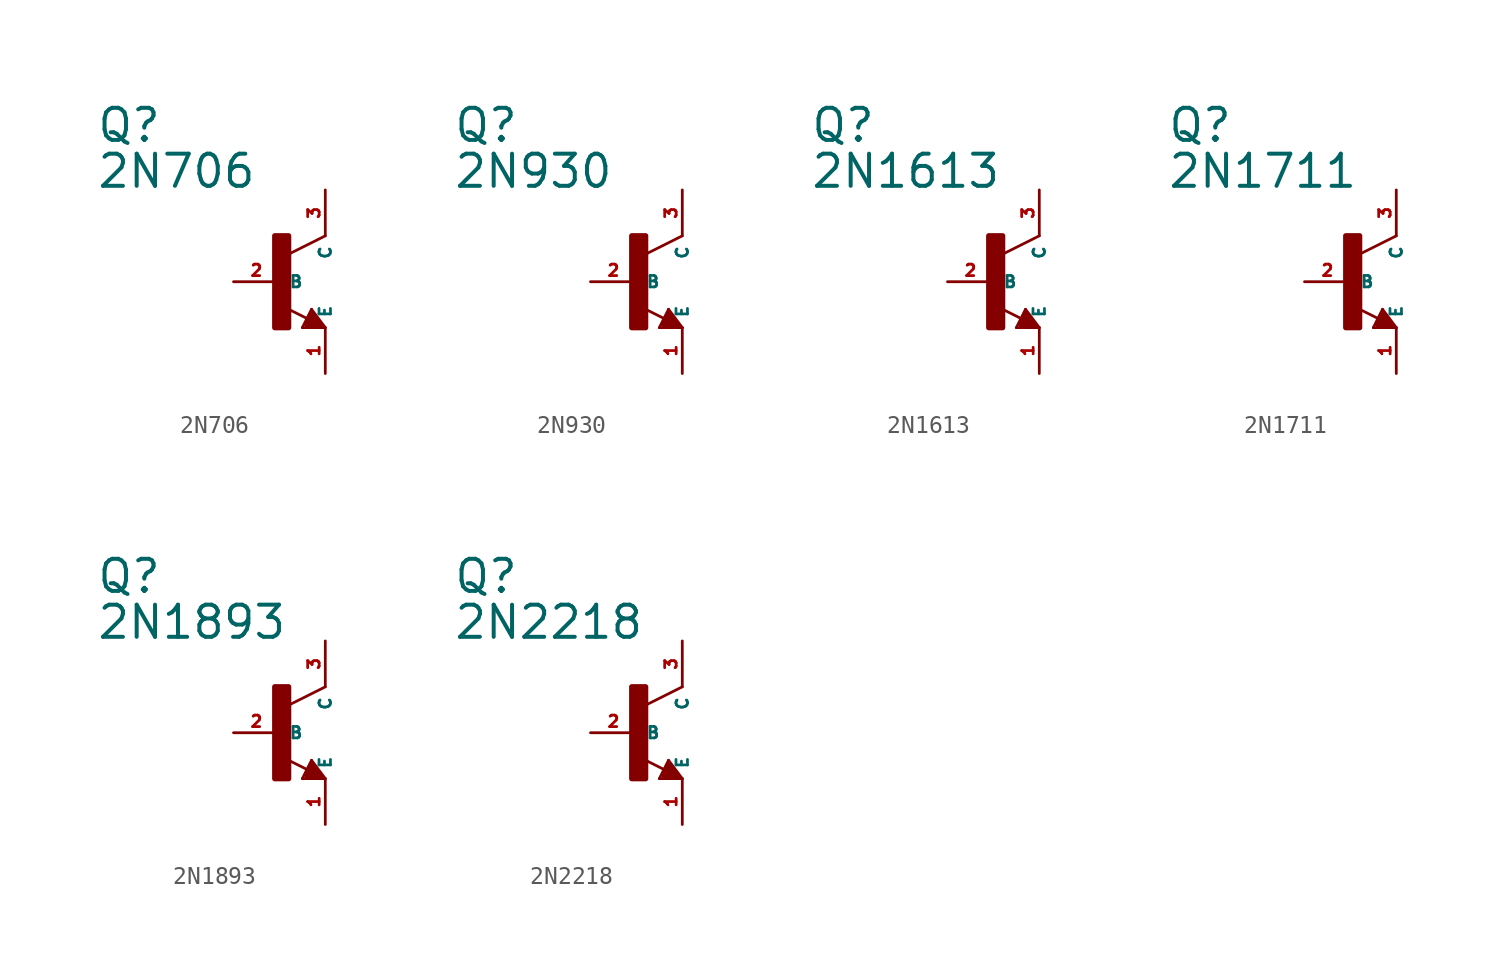
<source format=kicad_sym>
(kicad_symbol_lib
  (version 20220914)
  (generator Eagle2Kicad)
  (symbol "2N706"
    (property "Reference" "Q"
      (at -10.16 7.62 0)
      (effects (font (size 1.778 1.778) (thickness 0.22)) (justify left bottom)))
    (property "Value" "2N706"
      (at -10.16 5.08 0)
      (effects (font (size 1.778 1.778) (thickness 0.22)) (justify left bottom)))
    (polyline
      (pts (xy 2.54 2.54) (xy 0.508 1.524))
      (stroke (width 0.152) (type default))
      (fill (type none)))
    (polyline
      (pts (xy 1.778 -1.524) (xy 2.54 -2.54))
      (stroke (width 0.152) (type default))
      (fill (type none)))
    (polyline
      (pts (xy 2.54 -2.54) (xy 1.27 -2.54))
      (stroke (width 0.152) (type default))
      (fill (type none)))
    (polyline
      (pts (xy 1.27 -2.54) (xy 1.778 -1.524))
      (stroke (width 0.152) (type default))
      (fill (type none)))
    (polyline
      (pts (xy 1.54 -2.04) (xy 0.308 -1.424))
      (stroke (width 0.152) (type default))
      (fill (type none)))
    (polyline
      (pts (xy 1.524 -2.413) (xy 2.286 -2.413))
      (stroke (width 0.254) (type default))
      (fill (type none)))
    (polyline
      (pts (xy 2.286 -2.413) (xy 1.778 -1.778))
      (stroke (width 0.254) (type default))
      (fill (type none)))
    (polyline
      (pts (xy 1.778 -1.778) (xy 1.524 -2.286))
      (stroke (width 0.254) (type default))
      (fill (type none)))
    (polyline
      (pts (xy 1.524 -2.286) (xy 1.905 -2.286))
      (stroke (width 0.254) (type default))
      (fill (type none)))
    (polyline
      (pts (xy 1.905 -2.286) (xy 1.778 -2.032))
      (stroke (width 0.254) (type default))
      (fill (type none)))
    (rectangle
      (start -0.254 -2.54)
      (end 0.508 2.54)
      (stroke (width 0.3) (type default))
      (fill (type outline)))
    (pin passive line
      (at -2.54 0 0)
      (length 2.54)
      (name "B" (effects (font (size 0.635 0.635) (thickness 0.08)) (justify left bottom)))
      (number "2" (effects (font (size 0.635 0.635) (thickness 0.08)) (justify left bottom))))
    (pin passive line
      (at 2.54 -5.08 90)
      (length 2.54)
      (name "E" (effects (font (size 0.635 0.635) (thickness 0.08)) (justify left bottom)))
      (number "1" (effects (font (size 0.635 0.635) (thickness 0.08)) (justify left bottom))))
    (pin passive line
      (at 2.54 5.08 270)
      (length 2.54)
      (name "C" (effects (font (size 0.635 0.635) (thickness 0.08)) (justify left bottom)))
      (number "3" (effects (font (size 0.635 0.635) (thickness 0.08)) (justify left bottom)))))
  (symbol "2N930"
    (property "Reference" "Q"
      (at -10.16 7.62 0)
      (effects (font (size 1.778 1.778) (thickness 0.22)) (justify left bottom)))
    (property "Value" "2N930"
      (at -10.16 5.08 0)
      (effects (font (size 1.778 1.778) (thickness 0.22)) (justify left bottom)))
    (polyline
      (pts (xy 2.54 2.54) (xy 0.508 1.524))
      (stroke (width 0.152) (type default))
      (fill (type none)))
    (polyline
      (pts (xy 1.778 -1.524) (xy 2.54 -2.54))
      (stroke (width 0.152) (type default))
      (fill (type none)))
    (polyline
      (pts (xy 2.54 -2.54) (xy 1.27 -2.54))
      (stroke (width 0.152) (type default))
      (fill (type none)))
    (polyline
      (pts (xy 1.27 -2.54) (xy 1.778 -1.524))
      (stroke (width 0.152) (type default))
      (fill (type none)))
    (polyline
      (pts (xy 1.54 -2.04) (xy 0.308 -1.424))
      (stroke (width 0.152) (type default))
      (fill (type none)))
    (polyline
      (pts (xy 1.524 -2.413) (xy 2.286 -2.413))
      (stroke (width 0.254) (type default))
      (fill (type none)))
    (polyline
      (pts (xy 2.286 -2.413) (xy 1.778 -1.778))
      (stroke (width 0.254) (type default))
      (fill (type none)))
    (polyline
      (pts (xy 1.778 -1.778) (xy 1.524 -2.286))
      (stroke (width 0.254) (type default))
      (fill (type none)))
    (polyline
      (pts (xy 1.524 -2.286) (xy 1.905 -2.286))
      (stroke (width 0.254) (type default))
      (fill (type none)))
    (polyline
      (pts (xy 1.905 -2.286) (xy 1.778 -2.032))
      (stroke (width 0.254) (type default))
      (fill (type none)))
    (rectangle
      (start -0.254 -2.54)
      (end 0.508 2.54)
      (stroke (width 0.3) (type default))
      (fill (type outline)))
    (pin passive line
      (at -2.54 0 0)
      (length 2.54)
      (name "B" (effects (font (size 0.635 0.635) (thickness 0.08)) (justify left bottom)))
      (number "2" (effects (font (size 0.635 0.635) (thickness 0.08)) (justify left bottom))))
    (pin passive line
      (at 2.54 -5.08 90)
      (length 2.54)
      (name "E" (effects (font (size 0.635 0.635) (thickness 0.08)) (justify left bottom)))
      (number "1" (effects (font (size 0.635 0.635) (thickness 0.08)) (justify left bottom))))
    (pin passive line
      (at 2.54 5.08 270)
      (length 2.54)
      (name "C" (effects (font (size 0.635 0.635) (thickness 0.08)) (justify left bottom)))
      (number "3" (effects (font (size 0.635 0.635) (thickness 0.08)) (justify left bottom)))))
  (symbol "2N1613"
    (property "Reference" "Q"
      (at -10.16 7.62 0)
      (effects (font (size 1.778 1.778) (thickness 0.22)) (justify left bottom)))
    (property "Value" "2N1613"
      (at -10.16 5.08 0)
      (effects (font (size 1.778 1.778) (thickness 0.22)) (justify left bottom)))
    (polyline
      (pts (xy 2.54 2.54) (xy 0.508 1.524))
      (stroke (width 0.152) (type default))
      (fill (type none)))
    (polyline
      (pts (xy 1.778 -1.524) (xy 2.54 -2.54))
      (stroke (width 0.152) (type default))
      (fill (type none)))
    (polyline
      (pts (xy 2.54 -2.54) (xy 1.27 -2.54))
      (stroke (width 0.152) (type default))
      (fill (type none)))
    (polyline
      (pts (xy 1.27 -2.54) (xy 1.778 -1.524))
      (stroke (width 0.152) (type default))
      (fill (type none)))
    (polyline
      (pts (xy 1.54 -2.04) (xy 0.308 -1.424))
      (stroke (width 0.152) (type default))
      (fill (type none)))
    (polyline
      (pts (xy 1.524 -2.413) (xy 2.286 -2.413))
      (stroke (width 0.254) (type default))
      (fill (type none)))
    (polyline
      (pts (xy 2.286 -2.413) (xy 1.778 -1.778))
      (stroke (width 0.254) (type default))
      (fill (type none)))
    (polyline
      (pts (xy 1.778 -1.778) (xy 1.524 -2.286))
      (stroke (width 0.254) (type default))
      (fill (type none)))
    (polyline
      (pts (xy 1.524 -2.286) (xy 1.905 -2.286))
      (stroke (width 0.254) (type default))
      (fill (type none)))
    (polyline
      (pts (xy 1.905 -2.286) (xy 1.778 -2.032))
      (stroke (width 0.254) (type default))
      (fill (type none)))
    (rectangle
      (start -0.254 -2.54)
      (end 0.508 2.54)
      (stroke (width 0.3) (type default))
      (fill (type outline)))
    (pin passive line
      (at -2.54 0 0)
      (length 2.54)
      (name "B" (effects (font (size 0.635 0.635) (thickness 0.08)) (justify left bottom)))
      (number "2" (effects (font (size 0.635 0.635) (thickness 0.08)) (justify left bottom))))
    (pin passive line
      (at 2.54 -5.08 90)
      (length 2.54)
      (name "E" (effects (font (size 0.635 0.635) (thickness 0.08)) (justify left bottom)))
      (number "1" (effects (font (size 0.635 0.635) (thickness 0.08)) (justify left bottom))))
    (pin passive line
      (at 2.54 5.08 270)
      (length 2.54)
      (name "C" (effects (font (size 0.635 0.635) (thickness 0.08)) (justify left bottom)))
      (number "3" (effects (font (size 0.635 0.635) (thickness 0.08)) (justify left bottom)))))
  (symbol "2N1711"
    (property "Reference" "Q"
      (at -10.16 7.62 0)
      (effects (font (size 1.778 1.778) (thickness 0.22)) (justify left bottom)))
    (property "Value" "2N1711"
      (at -10.16 5.08 0)
      (effects (font (size 1.778 1.778) (thickness 0.22)) (justify left bottom)))
    (polyline
      (pts (xy 2.54 2.54) (xy 0.508 1.524))
      (stroke (width 0.152) (type default))
      (fill (type none)))
    (polyline
      (pts (xy 1.778 -1.524) (xy 2.54 -2.54))
      (stroke (width 0.152) (type default))
      (fill (type none)))
    (polyline
      (pts (xy 2.54 -2.54) (xy 1.27 -2.54))
      (stroke (width 0.152) (type default))
      (fill (type none)))
    (polyline
      (pts (xy 1.27 -2.54) (xy 1.778 -1.524))
      (stroke (width 0.152) (type default))
      (fill (type none)))
    (polyline
      (pts (xy 1.54 -2.04) (xy 0.308 -1.424))
      (stroke (width 0.152) (type default))
      (fill (type none)))
    (polyline
      (pts (xy 1.524 -2.413) (xy 2.286 -2.413))
      (stroke (width 0.254) (type default))
      (fill (type none)))
    (polyline
      (pts (xy 2.286 -2.413) (xy 1.778 -1.778))
      (stroke (width 0.254) (type default))
      (fill (type none)))
    (polyline
      (pts (xy 1.778 -1.778) (xy 1.524 -2.286))
      (stroke (width 0.254) (type default))
      (fill (type none)))
    (polyline
      (pts (xy 1.524 -2.286) (xy 1.905 -2.286))
      (stroke (width 0.254) (type default))
      (fill (type none)))
    (polyline
      (pts (xy 1.905 -2.286) (xy 1.778 -2.032))
      (stroke (width 0.254) (type default))
      (fill (type none)))
    (rectangle
      (start -0.254 -2.54)
      (end 0.508 2.54)
      (stroke (width 0.3) (type default))
      (fill (type outline)))
    (pin passive line
      (at -2.54 0 0)
      (length 2.54)
      (name "B" (effects (font (size 0.635 0.635) (thickness 0.08)) (justify left bottom)))
      (number "2" (effects (font (size 0.635 0.635) (thickness 0.08)) (justify left bottom))))
    (pin passive line
      (at 2.54 -5.08 90)
      (length 2.54)
      (name "E" (effects (font (size 0.635 0.635) (thickness 0.08)) (justify left bottom)))
      (number "1" (effects (font (size 0.635 0.635) (thickness 0.08)) (justify left bottom))))
    (pin passive line
      (at 2.54 5.08 270)
      (length 2.54)
      (name "C" (effects (font (size 0.635 0.635) (thickness 0.08)) (justify left bottom)))
      (number "3" (effects (font (size 0.635 0.635) (thickness 0.08)) (justify left bottom)))))
  (symbol "2N1893"
    (property "Reference" "Q"
      (at -10.16 7.62 0)
      (effects (font (size 1.778 1.778) (thickness 0.22)) (justify left bottom)))
    (property "Value" "2N1893"
      (at -10.16 5.08 0)
      (effects (font (size 1.778 1.778) (thickness 0.22)) (justify left bottom)))
    (polyline
      (pts (xy 2.54 2.54) (xy 0.508 1.524))
      (stroke (width 0.152) (type default))
      (fill (type none)))
    (polyline
      (pts (xy 1.778 -1.524) (xy 2.54 -2.54))
      (stroke (width 0.152) (type default))
      (fill (type none)))
    (polyline
      (pts (xy 2.54 -2.54) (xy 1.27 -2.54))
      (stroke (width 0.152) (type default))
      (fill (type none)))
    (polyline
      (pts (xy 1.27 -2.54) (xy 1.778 -1.524))
      (stroke (width 0.152) (type default))
      (fill (type none)))
    (polyline
      (pts (xy 1.54 -2.04) (xy 0.308 -1.424))
      (stroke (width 0.152) (type default))
      (fill (type none)))
    (polyline
      (pts (xy 1.524 -2.413) (xy 2.286 -2.413))
      (stroke (width 0.254) (type default))
      (fill (type none)))
    (polyline
      (pts (xy 2.286 -2.413) (xy 1.778 -1.778))
      (stroke (width 0.254) (type default))
      (fill (type none)))
    (polyline
      (pts (xy 1.778 -1.778) (xy 1.524 -2.286))
      (stroke (width 0.254) (type default))
      (fill (type none)))
    (polyline
      (pts (xy 1.524 -2.286) (xy 1.905 -2.286))
      (stroke (width 0.254) (type default))
      (fill (type none)))
    (polyline
      (pts (xy 1.905 -2.286) (xy 1.778 -2.032))
      (stroke (width 0.254) (type default))
      (fill (type none)))
    (rectangle
      (start -0.254 -2.54)
      (end 0.508 2.54)
      (stroke (width 0.3) (type default))
      (fill (type outline)))
    (pin passive line
      (at -2.54 0 0)
      (length 2.54)
      (name "B" (effects (font (size 0.635 0.635) (thickness 0.08)) (justify left bottom)))
      (number "2" (effects (font (size 0.635 0.635) (thickness 0.08)) (justify left bottom))))
    (pin passive line
      (at 2.54 -5.08 90)
      (length 2.54)
      (name "E" (effects (font (size 0.635 0.635) (thickness 0.08)) (justify left bottom)))
      (number "1" (effects (font (size 0.635 0.635) (thickness 0.08)) (justify left bottom))))
    (pin passive line
      (at 2.54 5.08 270)
      (length 2.54)
      (name "C" (effects (font (size 0.635 0.635) (thickness 0.08)) (justify left bottom)))
      (number "3" (effects (font (size 0.635 0.635) (thickness 0.08)) (justify left bottom)))))
  (symbol "2N2218"
    (property "Reference" "Q"
      (at -10.16 7.62 0)
      (effects (font (size 1.778 1.778) (thickness 0.22)) (justify left bottom)))
    (property "Value" "2N2218"
      (at -10.16 5.08 0)
      (effects (font (size 1.778 1.778) (thickness 0.22)) (justify left bottom)))
    (polyline
      (pts (xy 2.54 2.54) (xy 0.508 1.524))
      (stroke (width 0.152) (type default))
      (fill (type none)))
    (polyline
      (pts (xy 1.778 -1.524) (xy 2.54 -2.54))
      (stroke (width 0.152) (type default))
      (fill (type none)))
    (polyline
      (pts (xy 2.54 -2.54) (xy 1.27 -2.54))
      (stroke (width 0.152) (type default))
      (fill (type none)))
    (polyline
      (pts (xy 1.27 -2.54) (xy 1.778 -1.524))
      (stroke (width 0.152) (type default))
      (fill (type none)))
    (polyline
      (pts (xy 1.54 -2.04) (xy 0.308 -1.424))
      (stroke (width 0.152) (type default))
      (fill (type none)))
    (polyline
      (pts (xy 1.524 -2.413) (xy 2.286 -2.413))
      (stroke (width 0.254) (type default))
      (fill (type none)))
    (polyline
      (pts (xy 2.286 -2.413) (xy 1.778 -1.778))
      (stroke (width 0.254) (type default))
      (fill (type none)))
    (polyline
      (pts (xy 1.778 -1.778) (xy 1.524 -2.286))
      (stroke (width 0.254) (type default))
      (fill (type none)))
    (polyline
      (pts (xy 1.524 -2.286) (xy 1.905 -2.286))
      (stroke (width 0.254) (type default))
      (fill (type none)))
    (polyline
      (pts (xy 1.905 -2.286) (xy 1.778 -2.032))
      (stroke (width 0.254) (type default))
      (fill (type none)))
    (rectangle
      (start -0.254 -2.54)
      (end 0.508 2.54)
      (stroke (width 0.3) (type default))
      (fill (type outline)))
    (pin passive line
      (at -2.54 0 0)
      (length 2.54)
      (name "B" (effects (font (size 0.635 0.635) (thickness 0.08)) (justify left bottom)))
      (number "2" (effects (font (size 0.635 0.635) (thickness 0.08)) (justify left bottom))))
    (pin passive line
      (at 2.54 -5.08 90)
      (length 2.54)
      (name "E" (effects (font (size 0.635 0.635) (thickness 0.08)) (justify left bottom)))
      (number "1" (effects (font (size 0.635 0.635) (thickness 0.08)) (justify left bottom))))
    (pin passive line
      (at 2.54 5.08 270)
      (length 2.54)
      (name "C" (effects (font (size 0.635 0.635) (thickness 0.08)) (justify left bottom)))
      (number "3" (effects (font (size 0.635 0.635) (thickness 0.08)) (justify left bottom))))))
</source>
